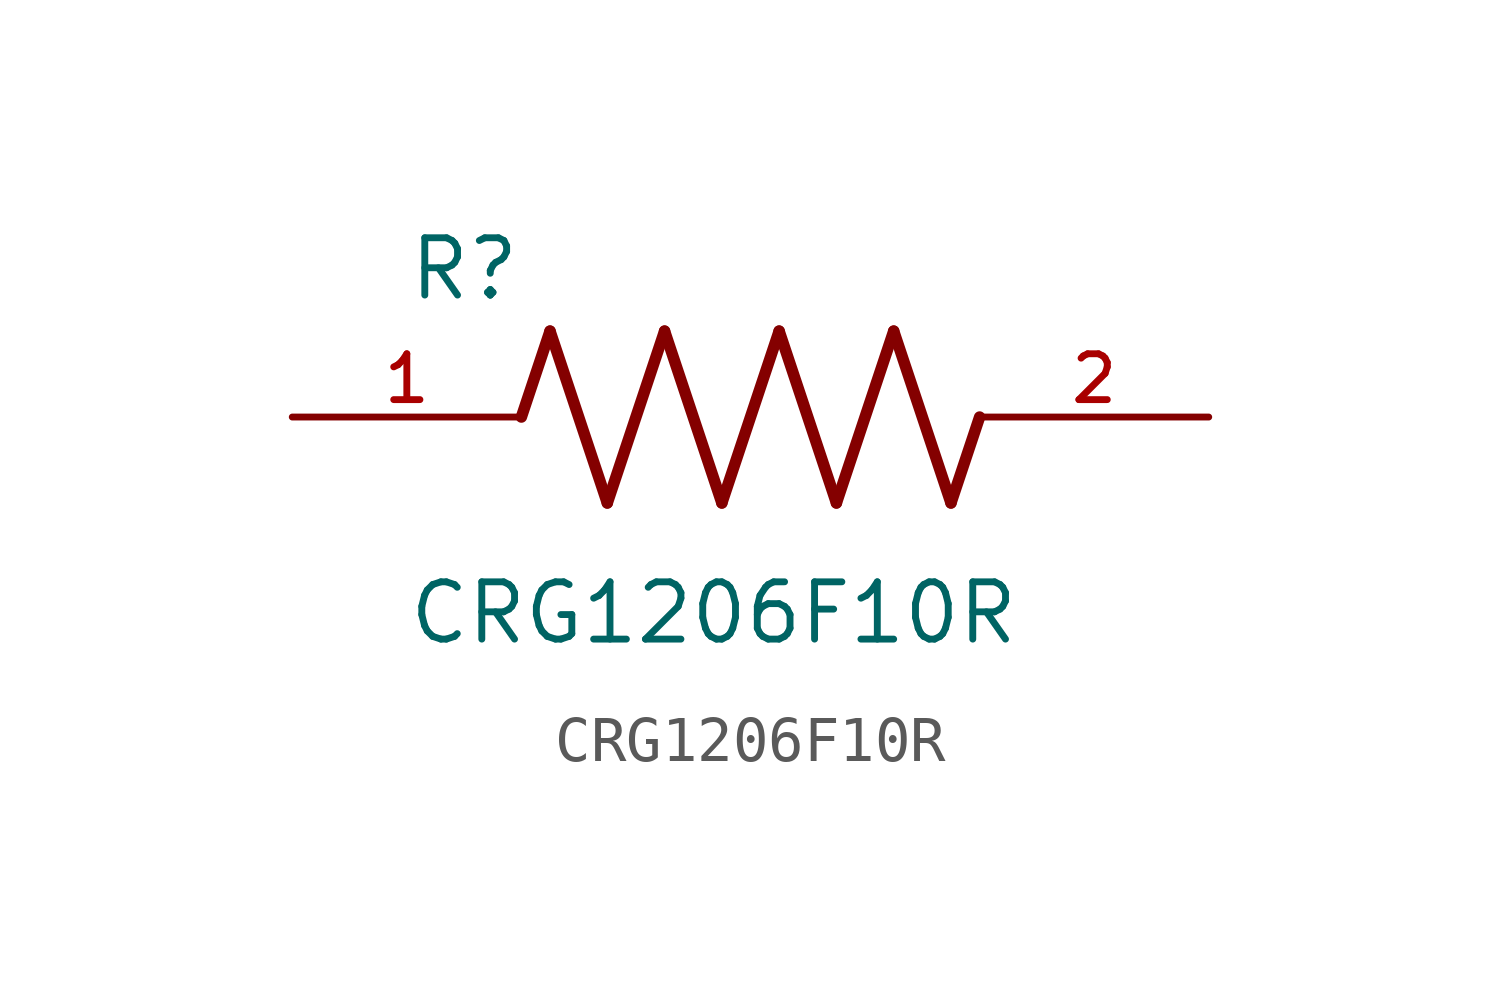
<source format=kicad_sym>
(kicad_symbol_lib
  (version 20211014)
  (generator kicad_symbol_editor)
  (symbol "CRG1206F10R"
    (pin_names
      (offset 1.016))
    (property "Reference" "R"
      (at -7.624 2.541 0)
      (effects (font (size 1.27 1.27)) (justify bottom left)))
    (property "Value" "CRG1206F10R"
      (at -7.63 -5.087 0)
      (effects (font (size 1.27 1.27)) (justify bottom left)))
    (symbol "CRG1206F10R_0_0"
      (polyline (pts (xy -5.08 0.0) (xy -4.445 1.905)) (stroke (width 0.254)))
      (polyline (pts (xy -4.445 1.905) (xy -3.175 -1.905)) (stroke (width 0.254)))
      (polyline (pts (xy -3.175 -1.905) (xy -1.905 1.905)) (stroke (width 0.254)))
      (polyline (pts (xy -1.905 1.905) (xy -0.635 -1.905)) (stroke (width 0.254)))
      (polyline (pts (xy -0.635 -1.905) (xy 0.635 1.905)) (stroke (width 0.254)))
      (polyline (pts (xy 0.635 1.905) (xy 1.905 -1.905)) (stroke (width 0.254)))
      (polyline (pts (xy 1.905 -1.905) (xy 3.175 1.905)) (stroke (width 0.254)))
      (polyline (pts (xy 3.175 1.905) (xy 4.445 -1.905)) (stroke (width 0.254)))
      (polyline (pts (xy 4.445 -1.905) (xy 5.08 0.0)) (stroke (width 0.254)))
      (pin passive line (at -10.16 0.0 0) (length 5.08) (name "~" (effects (font (size 1.016 1.016)))) (number "1" (effects (font (size 1.016 1.016)))))
      (pin passive line (at 10.16 0.0 180.0) (length 5.08) (name "~" (effects (font (size 1.016 1.016)))) (number "2" (effects (font (size 1.016 1.016))))))))
</source>
